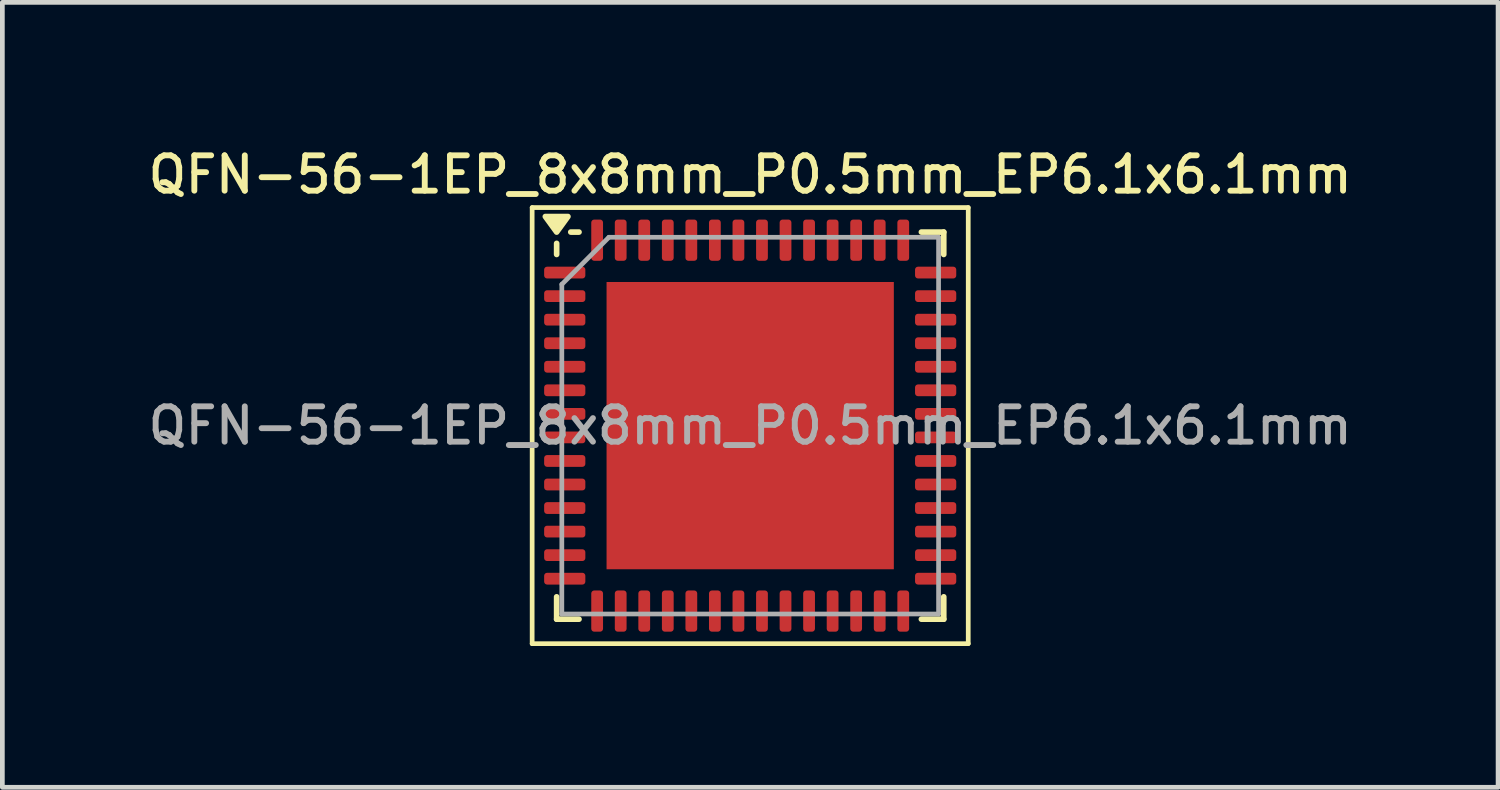
<source format=kicad_pcb>
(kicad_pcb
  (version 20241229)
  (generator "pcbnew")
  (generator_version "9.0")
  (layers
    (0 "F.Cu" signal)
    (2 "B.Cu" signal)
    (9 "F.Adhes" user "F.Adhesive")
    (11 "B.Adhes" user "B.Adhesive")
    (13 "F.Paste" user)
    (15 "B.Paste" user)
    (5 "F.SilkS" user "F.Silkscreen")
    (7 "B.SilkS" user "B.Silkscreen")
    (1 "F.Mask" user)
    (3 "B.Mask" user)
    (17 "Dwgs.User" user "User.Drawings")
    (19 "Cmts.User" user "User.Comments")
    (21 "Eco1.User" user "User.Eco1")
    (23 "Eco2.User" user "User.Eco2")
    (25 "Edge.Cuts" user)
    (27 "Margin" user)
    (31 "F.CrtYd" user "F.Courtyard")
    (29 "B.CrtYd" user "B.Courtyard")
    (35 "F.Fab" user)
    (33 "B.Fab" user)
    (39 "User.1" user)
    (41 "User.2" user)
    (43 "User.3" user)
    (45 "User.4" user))
  (footprint "QFN-56-1EP_8x8mm_P0.5mm_EP6.1x6.1mm"
    (layer "F.Cu")
    (at 12.88 5.988)
    (property "Reference" "QFN-56-1EP_8x8mm_P0.5mm_EP6.1x6.1mm" (at 0 -5.33 0) (layer "F.SilkS") (effects (font (size 0.75 0.75) (thickness 0.125))))
    (attr smd)
    (fp_line (start -4.63 -4.63) (end -4.63 4.63) (stroke (width 0.1) (type solid)) (layer "F.SilkS"))
    (fp_line (start -4.63 4.63) (end 4.63 4.63) (stroke (width 0.1) (type solid)) (layer "F.SilkS"))
    (fp_line (start -4.11 -3.635) (end -4.11 -3.87) (stroke (width 0.12) (type solid)) (layer "F.SilkS"))
    (fp_line (start -4.11 4.11) (end -4.11 3.635) (stroke (width 0.12) (type solid)) (layer "F.SilkS"))
    (fp_line (start -3.635 -4.11) (end -3.81 -4.11) (stroke (width 0.12) (type solid)) (layer "F.SilkS"))
    (fp_line (start -3.635 4.11) (end -4.11 4.11) (stroke (width 0.12) (type solid)) (layer "F.SilkS"))
    (fp_line (start 3.635 -4.11) (end 4.11 -4.11) (stroke (width 0.12) (type solid)) (layer "F.SilkS"))
    (fp_line (start 3.635 4.11) (end 4.11 4.11) (stroke (width 0.12) (type solid)) (layer "F.SilkS"))
    (fp_line (start 4.11 -4.11) (end 4.11 -3.635) (stroke (width 0.12) (type solid)) (layer "F.SilkS"))
    (fp_line (start 4.11 4.11) (end 4.11 3.635) (stroke (width 0.12) (type solid)) (layer "F.SilkS"))
    (fp_line (start 4.63 -4.63) (end -4.63 -4.63) (stroke (width 0.1) (type solid)) (layer "F.SilkS"))
    (fp_line (start 4.63 4.63) (end 4.63 -4.63) (stroke (width 0.1) (type solid)) (layer "F.SilkS"))
    (fp_poly (pts (xy -4.11 -4.11) (xy -4.35 -4.44) (xy -3.87 -4.44) (xy -4.11 -4.11)) (stroke (width 0.12) (type solid)) (fill yes) (layer "F.SilkS"))
    (fp_line (start -4 -3) (end -3 -4) (stroke (width 0.1) (type solid)) (layer "F.Fab"))
    (fp_line (start -4 4) (end -4 -3) (stroke (width 0.1) (type solid)) (layer "F.Fab"))
    (fp_line (start -3 -4) (end 4 -4) (stroke (width 0.1) (type solid)) (layer "F.Fab"))
    (fp_line (start 4 -4) (end 4 4) (stroke (width 0.1) (type solid)) (layer "F.Fab"))
    (fp_line (start 4 4) (end -4 4) (stroke (width 0.1) (type solid)) (layer "F.Fab"))
    (fp_text user "${REFERENCE}" (at 0 0 0) (layer "F.Fab") (effects (font (size 0.75 0.75) (thickness 0.125))))
    (pad "" smd roundrect (at -2.28 -2.28) (size 1.23 1.23) (layers "F.Paste") (roundrect_rratio 0.203))
    (pad "" smd roundrect (at -2.28 -0.76) (size 1.23 1.23) (layers "F.Paste") (roundrect_rratio 0.203))
    (pad "" smd roundrect (at -2.28 0.76) (size 1.23 1.23) (layers "F.Paste") (roundrect_rratio 0.203))
    (pad "" smd roundrect (at -2.28 2.28) (size 1.23 1.23) (layers "F.Paste") (roundrect_rratio 0.203))
    (pad "" smd roundrect (at -0.76 -2.28) (size 1.23 1.23) (layers "F.Paste") (roundrect_rratio 0.203))
    (pad "" smd roundrect (at -0.76 -0.76) (size 1.23 1.23) (layers "F.Paste") (roundrect_rratio 0.203))
    (pad "" smd roundrect (at -0.76 0.76) (size 1.23 1.23) (layers "F.Paste") (roundrect_rratio 0.203))
    (pad "" smd roundrect (at -0.76 2.28) (size 1.23 1.23) (layers "F.Paste") (roundrect_rratio 0.203))
    (pad "" smd roundrect (at 0.76 -2.28) (size 1.23 1.23) (layers "F.Paste") (roundrect_rratio 0.203))
    (pad "" smd roundrect (at 0.76 -0.76) (size 1.23 1.23) (layers "F.Paste") (roundrect_rratio 0.203))
    (pad "" smd roundrect (at 0.76 0.76) (size 1.23 1.23) (layers "F.Paste") (roundrect_rratio 0.203))
    (pad "" smd roundrect (at 0.76 2.28) (size 1.23 1.23) (layers "F.Paste") (roundrect_rratio 0.203))
    (pad "" smd roundrect (at 2.28 -2.28) (size 1.23 1.23) (layers "F.Paste") (roundrect_rratio 0.203))
    (pad "" smd roundrect (at 2.28 -0.76) (size 1.23 1.23) (layers "F.Paste") (roundrect_rratio 0.203))
    (pad "" smd roundrect (at 2.28 0.76) (size 1.23 1.23) (layers "F.Paste") (roundrect_rratio 0.203))
    (pad "" smd roundrect (at 2.28 2.28) (size 1.23 1.23) (layers "F.Paste") (roundrect_rratio 0.203))
    (pad "1" smd roundrect (at -3.938 -3.25) (size 0.875 0.25) (layers "F.Cu" "F.Mask" "F.Paste") (roundrect_rratio 0.25))
    (pad "2" smd roundrect (at -3.938 -2.75) (size 0.875 0.25) (layers "F.Cu" "F.Mask" "F.Paste") (roundrect_rratio 0.25))
    (pad "3" smd roundrect (at -3.938 -2.25) (size 0.875 0.25) (layers "F.Cu" "F.Mask" "F.Paste") (roundrect_rratio 0.25))
    (pad "4" smd roundrect (at -3.938 -1.75) (size 0.875 0.25) (layers "F.Cu" "F.Mask" "F.Paste") (roundrect_rratio 0.25))
    (pad "5" smd roundrect (at -3.938 -1.25) (size 0.875 0.25) (layers "F.Cu" "F.Mask" "F.Paste") (roundrect_rratio 0.25))
    (pad "6" smd roundrect (at -3.938 -0.75) (size 0.875 0.25) (layers "F.Cu" "F.Mask" "F.Paste") (roundrect_rratio 0.25))
    (pad "7" smd roundrect (at -3.938 -0.25) (size 0.875 0.25) (layers "F.Cu" "F.Mask" "F.Paste") (roundrect_rratio 0.25))
    (pad "8" smd roundrect (at -3.938 0.25) (size 0.875 0.25) (layers "F.Cu" "F.Mask" "F.Paste") (roundrect_rratio 0.25))
    (pad "9" smd roundrect (at -3.938 0.75) (size 0.875 0.25) (layers "F.Cu" "F.Mask" "F.Paste") (roundrect_rratio 0.25))
    (pad "10" smd roundrect (at -3.938 1.25) (size 0.875 0.25) (layers "F.Cu" "F.Mask" "F.Paste") (roundrect_rratio 0.25))
    (pad "11" smd roundrect (at -3.938 1.75) (size 0.875 0.25) (layers "F.Cu" "F.Mask" "F.Paste") (roundrect_rratio 0.25))
    (pad "12" smd roundrect (at -3.938 2.25) (size 0.875 0.25) (layers "F.Cu" "F.Mask" "F.Paste") (roundrect_rratio 0.25))
    (pad "13" smd roundrect (at -3.938 2.75) (size 0.875 0.25) (layers "F.Cu" "F.Mask" "F.Paste") (roundrect_rratio 0.25))
    (pad "14" smd roundrect (at -3.938 3.25) (size 0.875 0.25) (layers "F.Cu" "F.Mask" "F.Paste") (roundrect_rratio 0.25))
    (pad "15" smd roundrect (at -3.25 3.938) (size 0.25 0.875) (layers "F.Cu" "F.Mask" "F.Paste") (roundrect_rratio 0.25))
    (pad "16" smd roundrect (at -2.75 3.938) (size 0.25 0.875) (layers "F.Cu" "F.Mask" "F.Paste") (roundrect_rratio 0.25))
    (pad "17" smd roundrect (at -2.25 3.938) (size 0.25 0.875) (layers "F.Cu" "F.Mask" "F.Paste") (roundrect_rratio 0.25))
    (pad "18" smd roundrect (at -1.75 3.938) (size 0.25 0.875) (layers "F.Cu" "F.Mask" "F.Paste") (roundrect_rratio 0.25))
    (pad "19" smd roundrect (at -1.25 3.938) (size 0.25 0.875) (layers "F.Cu" "F.Mask" "F.Paste") (roundrect_rratio 0.25))
    (pad "20" smd roundrect (at -0.75 3.938) (size 0.25 0.875) (layers "F.Cu" "F.Mask" "F.Paste") (roundrect_rratio 0.25))
    (pad "21" smd roundrect (at -0.25 3.938) (size 0.25 0.875) (layers "F.Cu" "F.Mask" "F.Paste") (roundrect_rratio 0.25))
    (pad "22" smd roundrect (at 0.25 3.938) (size 0.25 0.875) (layers "F.Cu" "F.Mask" "F.Paste") (roundrect_rratio 0.25))
    (pad "23" smd roundrect (at 0.75 3.938) (size 0.25 0.875) (layers "F.Cu" "F.Mask" "F.Paste") (roundrect_rratio 0.25))
    (pad "24" smd roundrect (at 1.25 3.938) (size 0.25 0.875) (layers "F.Cu" "F.Mask" "F.Paste") (roundrect_rratio 0.25))
    (pad "25" smd roundrect (at 1.75 3.938) (size 0.25 0.875) (layers "F.Cu" "F.Mask" "F.Paste") (roundrect_rratio 0.25))
    (pad "26" smd roundrect (at 2.25 3.938) (size 0.25 0.875) (layers "F.Cu" "F.Mask" "F.Paste") (roundrect_rratio 0.25))
    (pad "27" smd roundrect (at 2.75 3.938) (size 0.25 0.875) (layers "F.Cu" "F.Mask" "F.Paste") (roundrect_rratio 0.25))
    (pad "28" smd roundrect (at 3.25 3.938) (size 0.25 0.875) (layers "F.Cu" "F.Mask" "F.Paste") (roundrect_rratio 0.25))
    (pad "29" smd roundrect (at 3.938 3.25) (size 0.875 0.25) (layers "F.Cu" "F.Mask" "F.Paste") (roundrect_rratio 0.25))
    (pad "30" smd roundrect (at 3.938 2.75) (size 0.875 0.25) (layers "F.Cu" "F.Mask" "F.Paste") (roundrect_rratio 0.25))
    (pad "31" smd roundrect (at 3.938 2.25) (size 0.875 0.25) (layers "F.Cu" "F.Mask" "F.Paste") (roundrect_rratio 0.25))
    (pad "32" smd roundrect (at 3.938 1.75) (size 0.875 0.25) (layers "F.Cu" "F.Mask" "F.Paste") (roundrect_rratio 0.25))
    (pad "33" smd roundrect (at 3.938 1.25) (size 0.875 0.25) (layers "F.Cu" "F.Mask" "F.Paste") (roundrect_rratio 0.25))
    (pad "34" smd roundrect (at 3.938 0.75) (size 0.875 0.25) (layers "F.Cu" "F.Mask" "F.Paste") (roundrect_rratio 0.25))
    (pad "35" smd roundrect (at 3.938 0.25) (size 0.875 0.25) (layers "F.Cu" "F.Mask" "F.Paste") (roundrect_rratio 0.25))
    (pad "36" smd roundrect (at 3.938 -0.25) (size 0.875 0.25) (layers "F.Cu" "F.Mask" "F.Paste") (roundrect_rratio 0.25))
    (pad "37" smd roundrect (at 3.938 -0.75) (size 0.875 0.25) (layers "F.Cu" "F.Mask" "F.Paste") (roundrect_rratio 0.25))
    (pad "38" smd roundrect (at 3.938 -1.25) (size 0.875 0.25) (layers "F.Cu" "F.Mask" "F.Paste") (roundrect_rratio 0.25))
    (pad "39" smd roundrect (at 3.938 -1.75) (size 0.875 0.25) (layers "F.Cu" "F.Mask" "F.Paste") (roundrect_rratio 0.25))
    (pad "40" smd roundrect (at 3.938 -2.25) (size 0.875 0.25) (layers "F.Cu" "F.Mask" "F.Paste") (roundrect_rratio 0.25))
    (pad "41" smd roundrect (at 3.938 -2.75) (size 0.875 0.25) (layers "F.Cu" "F.Mask" "F.Paste") (roundrect_rratio 0.25))
    (pad "42" smd roundrect (at 3.938 -3.25) (size 0.875 0.25) (layers "F.Cu" "F.Mask" "F.Paste") (roundrect_rratio 0.25))
    (pad "43" smd roundrect (at 3.25 -3.938) (size 0.25 0.875) (layers "F.Cu" "F.Mask" "F.Paste") (roundrect_rratio 0.25))
    (pad "44" smd roundrect (at 2.75 -3.938) (size 0.25 0.875) (layers "F.Cu" "F.Mask" "F.Paste") (roundrect_rratio 0.25))
    (pad "45" smd roundrect (at 2.25 -3.938) (size 0.25 0.875) (layers "F.Cu" "F.Mask" "F.Paste") (roundrect_rratio 0.25))
    (pad "46" smd roundrect (at 1.75 -3.938) (size 0.25 0.875) (layers "F.Cu" "F.Mask" "F.Paste") (roundrect_rratio 0.25))
    (pad "47" smd roundrect (at 1.25 -3.938) (size 0.25 0.875) (layers "F.Cu" "F.Mask" "F.Paste") (roundrect_rratio 0.25))
    (pad "48" smd roundrect (at 0.75 -3.938) (size 0.25 0.875) (layers "F.Cu" "F.Mask" "F.Paste") (roundrect_rratio 0.25))
    (pad "49" smd roundrect (at 0.25 -3.938) (size 0.25 0.875) (layers "F.Cu" "F.Mask" "F.Paste") (roundrect_rratio 0.25))
    (pad "50" smd roundrect (at -0.25 -3.938) (size 0.25 0.875) (layers "F.Cu" "F.Mask" "F.Paste") (roundrect_rratio 0.25))
    (pad "51" smd roundrect (at -0.75 -3.938) (size 0.25 0.875) (layers "F.Cu" "F.Mask" "F.Paste") (roundrect_rratio 0.25))
    (pad "52" smd roundrect (at -1.25 -3.938) (size 0.25 0.875) (layers "F.Cu" "F.Mask" "F.Paste") (roundrect_rratio 0.25))
    (pad "53" smd roundrect (at -1.75 -3.938) (size 0.25 0.875) (layers "F.Cu" "F.Mask" "F.Paste") (roundrect_rratio 0.25))
    (pad "54" smd roundrect (at -2.25 -3.938) (size 0.25 0.875) (layers "F.Cu" "F.Mask" "F.Paste") (roundrect_rratio 0.25))
    (pad "55" smd roundrect (at -2.75 -3.938) (size 0.25 0.875) (layers "F.Cu" "F.Mask" "F.Paste") (roundrect_rratio 0.25))
    (pad "56" smd roundrect (at -3.25 -3.938) (size 0.25 0.875) (layers "F.Cu" "F.Mask" "F.Paste") (roundrect_rratio 0.25))
    (pad "57" smd rect (at 0 0) (size 6.1 6.1) (property pad_prop_heatsink) (layers "F.Cu" "F.Mask")))
  (gr_rect
    (start -3 -3)
    (end 28.761 13.668)
    (stroke (width 0.1) (type default))
    (fill no)
    (layer "Edge.Cuts")))
</source>
